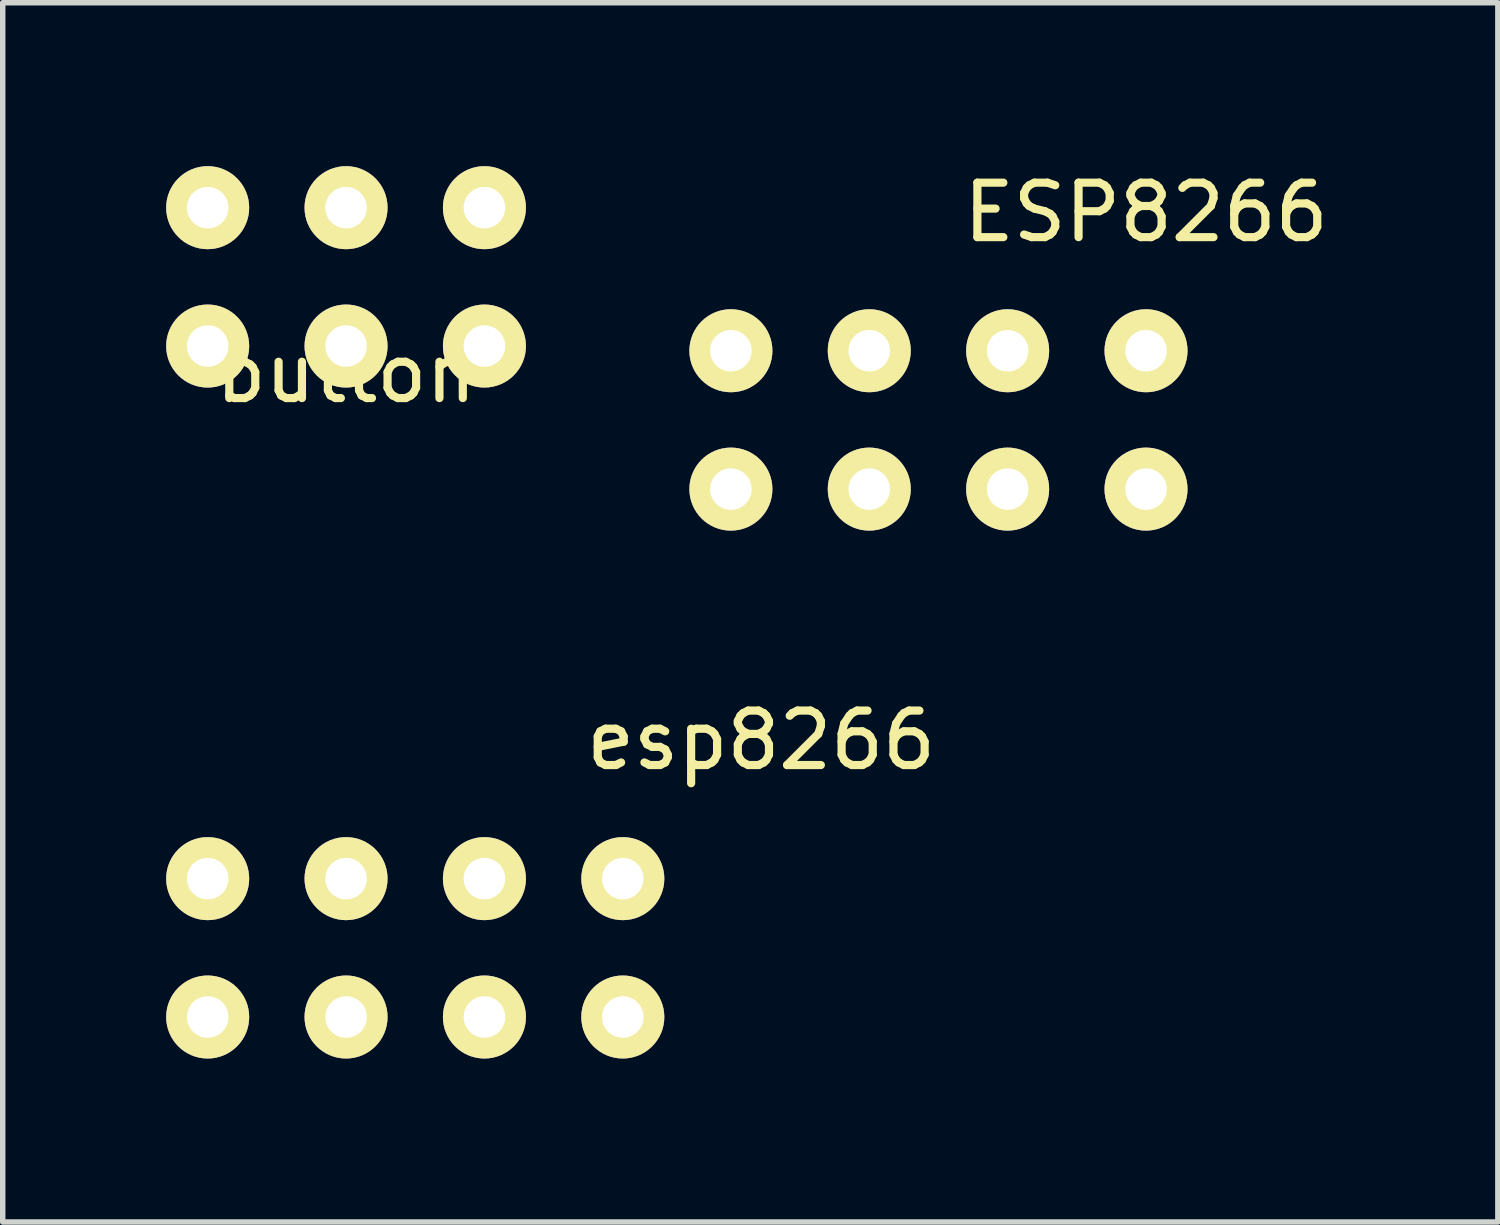
<source format=kicad_pcb>
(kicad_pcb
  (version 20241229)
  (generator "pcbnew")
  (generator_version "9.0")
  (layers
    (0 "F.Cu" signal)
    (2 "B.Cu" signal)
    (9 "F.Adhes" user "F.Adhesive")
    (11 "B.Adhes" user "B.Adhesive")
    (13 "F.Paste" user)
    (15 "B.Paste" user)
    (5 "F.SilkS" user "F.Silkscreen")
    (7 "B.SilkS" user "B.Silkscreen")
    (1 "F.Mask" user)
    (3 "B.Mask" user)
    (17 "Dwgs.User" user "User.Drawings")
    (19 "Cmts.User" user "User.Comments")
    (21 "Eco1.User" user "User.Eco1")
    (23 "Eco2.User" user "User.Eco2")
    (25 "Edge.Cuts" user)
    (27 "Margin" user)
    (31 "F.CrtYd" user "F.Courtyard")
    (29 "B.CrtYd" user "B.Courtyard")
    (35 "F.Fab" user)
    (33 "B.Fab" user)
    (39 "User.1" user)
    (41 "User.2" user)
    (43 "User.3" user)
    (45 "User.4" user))
  (footprint "ESP8266"
    (layer "F.Cu")
    (at 15.446 5.928)
    (property "Reference" "ESP8266" (at 2.54 -5.08 0) (layer "F.SilkS") (effects (font (size 1 1) (thickness 0.15))))
    (attr through_hole)
    (pad "1" thru_hole circle (at -5.08 -2.54) (size 1.524 1.524) (drill 0.762) (layers "*.Cu" "*.Mask" "F.SilkS"))
    (pad "2" thru_hole circle (at -2.54 -2.54) (size 1.524 1.524) (drill 0.762) (layers "*.Cu" "*.Mask" "F.SilkS"))
    (pad "3" thru_hole circle (at 0 -2.54) (size 1.524 1.524) (drill 0.762) (layers "*.Cu" "*.Mask" "F.SilkS"))
    (pad "4" thru_hole circle (at 2.54 -2.54) (size 1.524 1.524) (drill 0.762) (layers "*.Cu" "*.Mask" "F.SilkS"))
    (pad "5" thru_hole circle (at 2.54 0) (size 1.524 1.524) (drill 0.762) (layers "*.Cu" "*.Mask" "F.SilkS"))
    (pad "6" thru_hole circle (at 0 0) (size 1.524 1.524) (drill 0.762) (layers "*.Cu" "*.Mask" "F.SilkS"))
    (pad "7" thru_hole circle (at -2.54 0) (size 1.524 1.524) (drill 0.762) (layers "*.Cu" "*.Mask" "F.SilkS"))
    (pad "8" thru_hole circle (at -5.08 0) (size 1.524 1.524) (drill 0.762) (layers "*.Cu" "*.Mask" "F.SilkS")))
  (footprint "esp8266"
    (layer "F.Cu")
    (at 5.842 15.618)
    (property "Reference" "esp8266" (at 5.08 -5.08 0) (layer "F.SilkS") (effects (font (size 1 1) (thickness 0.15))))
    (attr through_hole)
    (pad "1" thru_hole circle (at -5.08 -2.54) (size 1.524 1.524) (drill 0.762) (layers "*.Cu" "*.Mask" "F.SilkS"))
    (pad "2" thru_hole circle (at -2.54 -2.54) (size 1.524 1.524) (drill 0.762) (layers "*.Cu" "*.Mask" "F.SilkS"))
    (pad "3" thru_hole circle (at 0 -2.54) (size 1.524 1.524) (drill 0.762) (layers "*.Cu" "*.Mask" "F.SilkS"))
    (pad "4" thru_hole circle (at 2.54 -2.54) (size 1.524 1.524) (drill 0.762) (layers "*.Cu" "*.Mask" "F.SilkS"))
    (pad "5" thru_hole circle (at 2.54 0) (size 1.524 1.524) (drill 0.762) (layers "*.Cu" "*.Mask" "F.SilkS"))
    (pad "6" thru_hole circle (at 0 0) (size 1.524 1.524) (drill 0.762) (layers "*.Cu" "*.Mask" "F.SilkS"))
    (pad "7" thru_hole circle (at -2.54 0) (size 1.524 1.524) (drill 0.762) (layers "*.Cu" "*.Mask" "F.SilkS"))
    (pad "8" thru_hole circle (at -5.08 0) (size 1.524 1.524) (drill 0.762) (layers "*.Cu" "*.Mask" "F.SilkS")))
  (footprint "button"
    (layer "F.Cu")
    (at 3.302 3.302)
    (property "Reference" "button" (at 0 0.5 0) (layer "F.SilkS") (effects (font (size 1 1) (thickness 0.15))))
    (attr through_hole)
    (pad "1" thru_hole circle (at -2.54 -2.54) (size 1.524 1.524) (drill 0.762) (layers "*.Cu" "*.Mask" "F.SilkS"))
    (pad "2" thru_hole circle (at 0 -2.54) (size 1.524 1.524) (drill 0.762) (layers "*.Cu" "*.Mask" "F.SilkS"))
    (pad "3" thru_hole circle (at 2.54 -2.54) (size 1.524 1.524) (drill 0.762) (layers "*.Cu" "*.Mask" "F.SilkS"))
    (pad "4" thru_hole circle (at -2.54 0) (size 1.524 1.524) (drill 0.762) (layers "*.Cu" "*.Mask" "F.SilkS"))
    (pad "5" thru_hole circle (at 0 0) (size 1.524 1.524) (drill 0.762) (layers "*.Cu" "*.Mask" "F.SilkS"))
    (pad "6" thru_hole circle (at 2.54 0) (size 1.524 1.524) (drill 0.762) (layers "*.Cu" "*.Mask" "F.SilkS")))
  (gr_rect
    (start -3 -3)
    (end 24.444 19.381)
    (stroke (width 0.1) (type default))
    (fill no)
    (layer "Edge.Cuts")))
</source>
